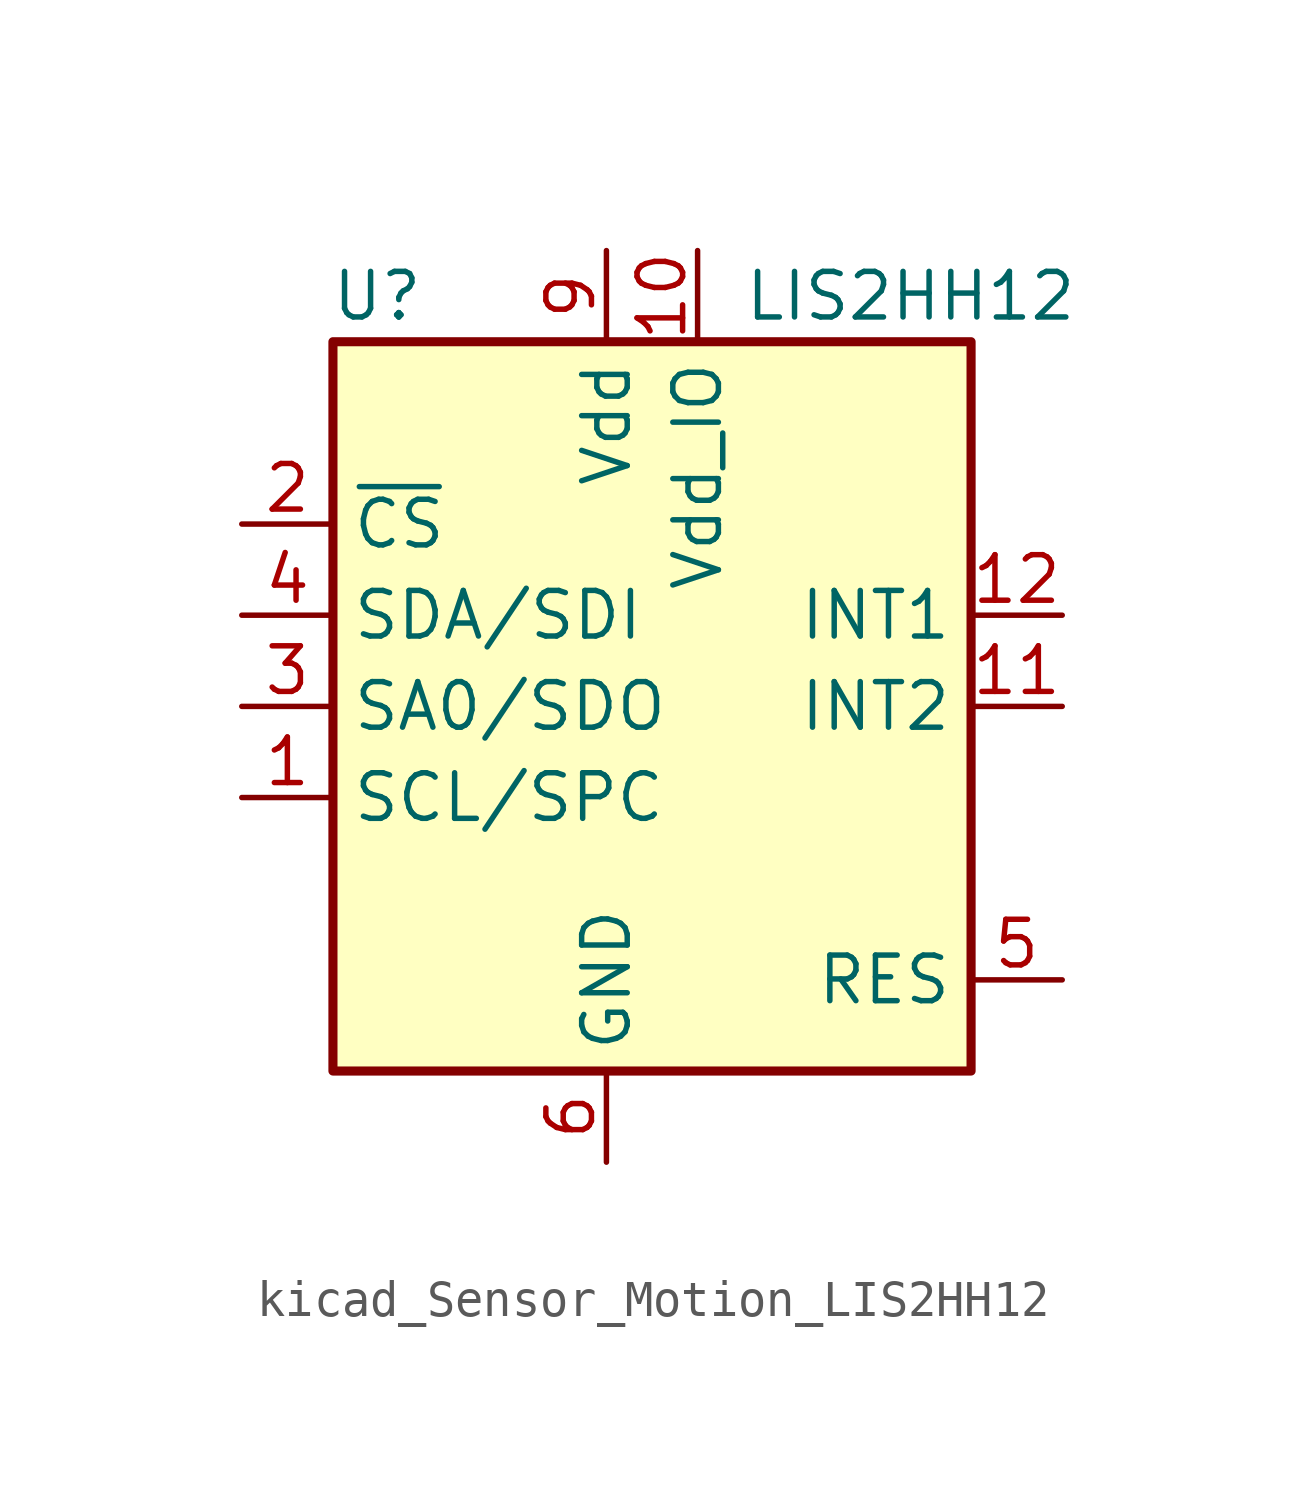
<source format=kicad_sym>
(kicad_symbol_lib
  (version 20220914)
  (generator kicad_symbol_editor)
  (symbol "kicad_Sensor_Motion_LIS2HH12"
    (property "Reference" "U"
      (at -5.08 11.43 0)
      (effects (font (size 1.27 1.27)) (justify right)))
    (property "Value" "LIS2HH12"
      (at 3.81 11.43 0)
      (effects (font (size 1.27 1.27)) (justify left)))
    (symbol "kicad_Sensor_Motion_LIS2HH12_0_1"
      (rectangle (start -7.62 10.16) (end 10.16 -10.16) (stroke (width 0.254) (type default)) (fill (type background))))
    (symbol "kicad_Sensor_Motion_LIS2HH12_1_1"
      (pin input line (at -10.16 -2.54 0) (length 2.54) (name "SCL/SPC" (effects (font (size 1.27 1.27)))) (number "1" (effects (font (size 1.27 1.27)))))
      (pin power_in line (at 2.54 12.7 270) (length 2.54) (name "Vdd_IO" (effects (font (size 1.27 1.27)))) (number "10" (effects (font (size 1.27 1.27)))))
      (pin output line (at 12.7 0 180) (length 2.54) (name "INT2" (effects (font (size 1.27 1.27)))) (number "11" (effects (font (size 1.27 1.27)))))
      (pin output line (at 12.7 2.54 180) (length 2.54) (name "INT1" (effects (font (size 1.27 1.27)))) (number "12" (effects (font (size 1.27 1.27)))))
      (pin input line (at -10.16 5.08 0) (length 2.54) (name "~{CS}" (effects (font (size 1.27 1.27)))) (number "2" (effects (font (size 1.27 1.27)))))
      (pin bidirectional line (at -10.16 0 0) (length 2.54) (name "SA0/SDO" (effects (font (size 1.27 1.27)))) (number "3" (effects (font (size 1.27 1.27)))))
      (pin bidirectional line (at -10.16 2.54 0) (length 2.54) (name "SDA/SDI" (effects (font (size 1.27 1.27)))) (number "4" (effects (font (size 1.27 1.27)))))
      (pin passive line (at 12.7 -7.62 180) (length 2.54) (name "RES" (effects (font (size 1.27 1.27)))) (number "5" (effects (font (size 1.27 1.27)))))
      (pin power_in line (at 0 -12.7 90) (length 2.54) (name "GND" (effects (font (size 1.27 1.27)))) (number "6" (effects (font (size 1.27 1.27)))))
      (pin passive line (at 0 -12.7 90) (length 2.54) hide (name "GND" (effects (font (size 1.27 1.27)))) (number "7" (effects (font (size 1.27 1.27)))))
      (pin passive line (at 0 -12.7 90) (length 2.54) hide (name "GND" (effects (font (size 1.27 1.27)))) (number "8" (effects (font (size 1.27 1.27)))))
      (pin power_in line (at 0 12.7 270) (length 2.54) (name "Vdd" (effects (font (size 1.27 1.27)))) (number "9" (effects (font (size 1.27 1.27))))))))
</source>
